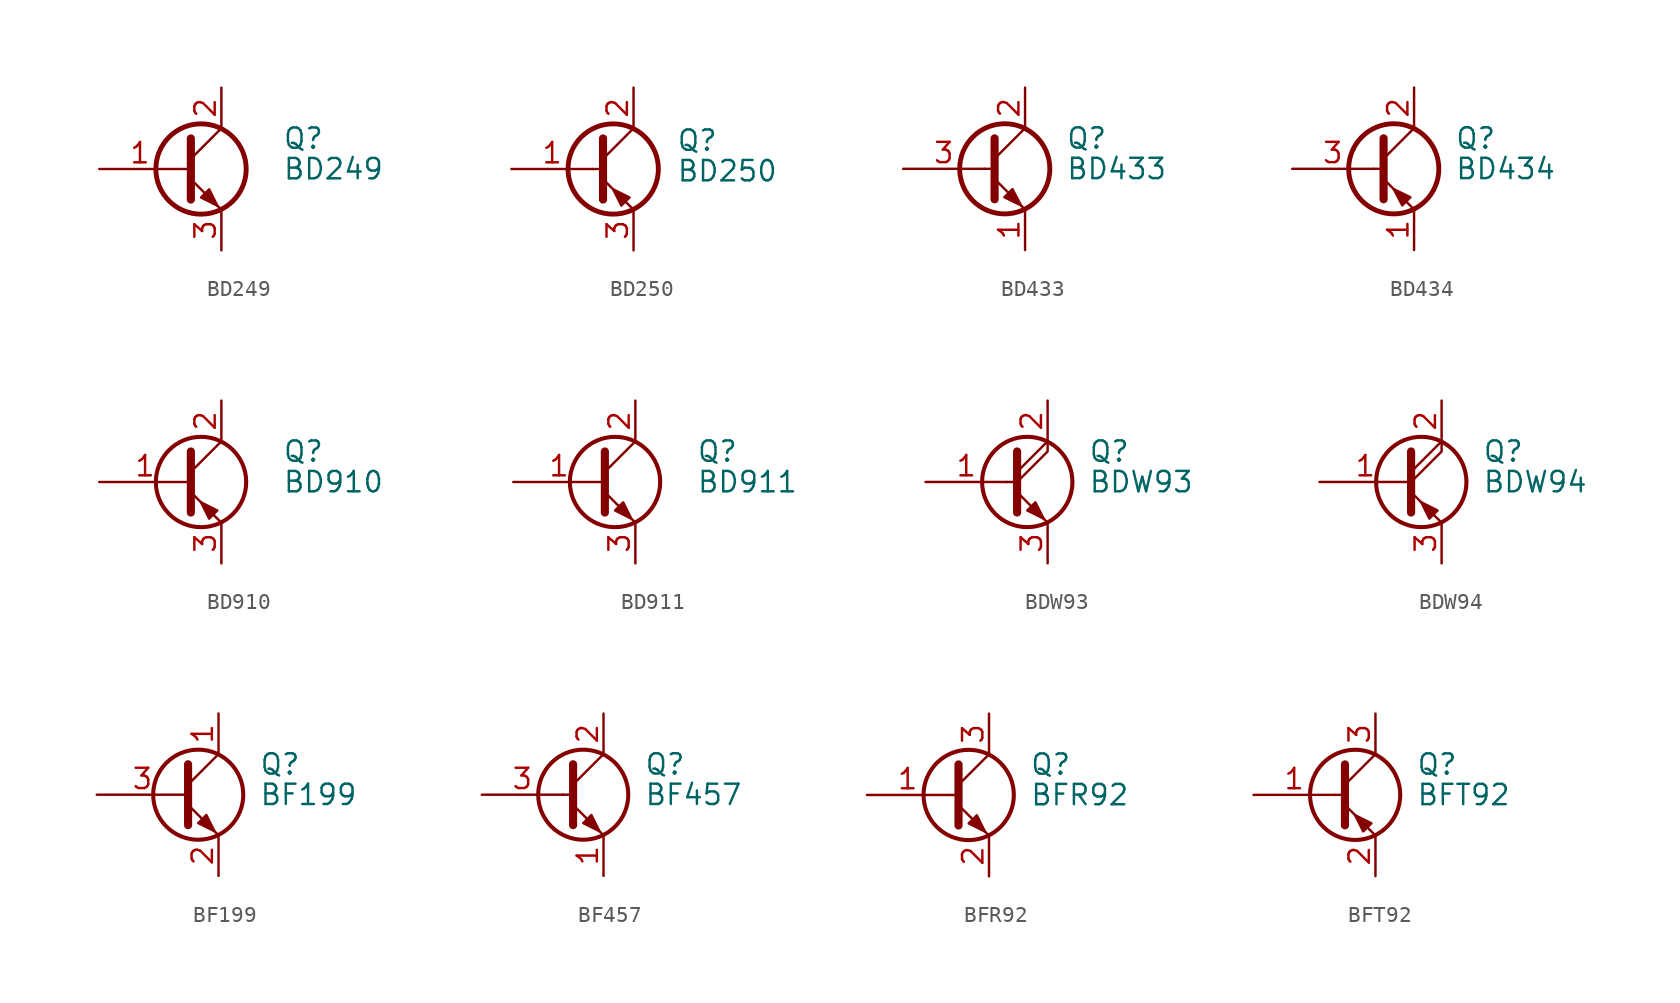
<source format=kicad_sym>
(kicad_symbol_lib
  (version 20220914)
  (generator kicad_symbol_editor)
  (symbol "BD249"
    (pin_names
      (offset 0) hide)
    (property "Reference" "Q"
      (at 6.35 1.905 0)
      (effects (font (size 1.27 1.27)) (justify left)))
    (property "Value" "BD249"
      (at 6.35 0 0)
      (effects (font (size 1.27 1.27)) (justify left)))
    (symbol "BD249_0_1"
      (polyline (pts (xy 0 0) (xy 0.635 0)) (stroke (width 0) (type solid)) (fill (type none)))
      (polyline (pts (xy 2.54 2.54) (xy 0.635 0.635)) (stroke (width 0) (type solid)) (fill (type none)))
      (polyline (pts (xy 0.635 1.905) (xy 0.635 -1.905) (xy 0.635 -1.905)) (stroke (width 0.508) (type solid)) (fill (type none)))
      (polyline (pts (xy 2.286 -2.286) (xy 1.778 -1.778) (xy 1.778 -1.778)) (stroke (width 0) (type solid)) (fill (type none)))
      (polyline (pts (xy 2.54 -2.54) (xy 0.635 -0.635) (xy 1.27 -1.27)) (stroke (width 0) (type solid)) (fill (type outline)))
      (polyline (pts (xy 1.27 -1.778) (xy 1.778 -1.27) (xy 2.286 -2.286) (xy 1.27 -1.778) (xy 1.27 -1.778)) (stroke (width 0) (type solid)) (fill (type outline)))
      (circle (center 1.27 0) (radius 2.819) (stroke (width 0.305) (type solid)) (fill (type none))))
    (symbol "BD249_1_1"
      (pin input line (at -5.08 0 0) (length 5.08) (name "B" (effects (font (size 1.27 1.27)))) (number "1" (effects (font (size 1.27 1.27)))))
      (pin passive line (at 2.54 5.08 270) (length 2.54) (name "C" (effects (font (size 1.27 1.27)))) (number "2" (effects (font (size 1.27 1.27)))))
      (pin passive line (at 2.54 -5.08 90) (length 2.54) (name "E" (effects (font (size 1.27 1.27)))) (number "3" (effects (font (size 1.27 1.27)))))))
  (symbol "BD250"
    (pin_names
      (offset 0) hide)
    (property "Reference" "Q"
      (at 5.207 1.778 0)
      (effects (font (size 1.27 1.27)) (justify left)))
    (property "Value" "BD250"
      (at 5.207 -0.127 0)
      (effects (font (size 1.27 1.27)) (justify left)))
    (symbol "BD250_0_1"
      (polyline (pts (xy 0 0) (xy 0.635 0)) (stroke (width 0) (type solid)) (fill (type none)))
      (polyline (pts (xy 2.54 2.54) (xy 0.635 0.635)) (stroke (width 0) (type solid)) (fill (type none)))
      (polyline (pts (xy 0.635 -0.635) (xy 2.54 -2.54) (xy 2.54 -2.54)) (stroke (width 0) (type solid)) (fill (type none)))
      (polyline (pts (xy 0.635 1.905) (xy 0.635 -1.905) (xy 0.635 -1.905)) (stroke (width 0.508) (type solid)) (fill (type none)))
      (polyline (pts (xy 1.778 -2.286) (xy 2.286 -1.778) (xy 1.27 -1.27) (xy 1.778 -2.286) (xy 1.778 -2.286)) (stroke (width 0) (type solid)) (fill (type outline)))
      (circle (center 1.27 0) (radius 2.819) (stroke (width 0.305) (type solid)) (fill (type none))))
    (symbol "BD250_1_1"
      (pin input line (at -5.08 0 0) (length 5.08) (name "B" (effects (font (size 1.27 1.27)))) (number "1" (effects (font (size 1.27 1.27)))))
      (pin passive line (at 2.54 5.08 270) (length 2.54) (name "C" (effects (font (size 1.27 1.27)))) (number "2" (effects (font (size 1.27 1.27)))))
      (pin passive line (at 2.54 -5.08 90) (length 2.54) (name "E" (effects (font (size 1.27 1.27)))) (number "3" (effects (font (size 1.27 1.27)))))))
  (symbol "BD433"
    (pin_names
      (offset 0) hide)
    (property "Reference" "Q"
      (at 5.08 1.905 0)
      (effects (font (size 1.27 1.27)) (justify left)))
    (property "Value" "BD433"
      (at 5.08 0 0)
      (effects (font (size 1.27 1.27)) (justify left)))
    (symbol "BD433_0_1"
      (polyline (pts (xy 0 0) (xy 0.635 0)) (stroke (width 0) (type solid)) (fill (type none)))
      (polyline (pts (xy 2.54 -2.54) (xy 0.635 -0.635)) (stroke (width 0) (type solid)) (fill (type none)))
      (polyline (pts (xy 2.54 2.54) (xy 0.635 0.635)) (stroke (width 0) (type solid)) (fill (type none)))
      (polyline (pts (xy 0.635 1.905) (xy 0.635 -1.905) (xy 0.635 -1.905)) (stroke (width 0.508) (type solid)) (fill (type outline)))
      (polyline (pts (xy 1.245 -1.778) (xy 1.753 -1.27) (xy 2.286 -2.286) (xy 1.245 -1.778) (xy 1.245 -1.778)) (stroke (width 0) (type solid)) (fill (type outline)))
      (circle (center 1.27 0) (radius 2.819) (stroke (width 0.305) (type solid)) (fill (type none))))
    (symbol "BD433_1_1"
      (pin passive line (at 2.54 -5.08 90) (length 2.54) (name "E" (effects (font (size 1.27 1.27)))) (number "1" (effects (font (size 1.27 1.27)))))
      (pin passive line (at 2.54 5.08 270) (length 2.54) (name "C" (effects (font (size 1.27 1.27)))) (number "2" (effects (font (size 1.27 1.27)))))
      (pin input line (at -5.08 0 0) (length 5.08) (name "B" (effects (font (size 1.27 1.27)))) (number "3" (effects (font (size 1.27 1.27)))))))
  (symbol "BD434"
    (pin_names
      (offset 0) hide)
    (property "Reference" "Q"
      (at 5.08 1.905 0)
      (effects (font (size 1.27 1.27)) (justify left)))
    (property "Value" "BD434"
      (at 5.08 0 0)
      (effects (font (size 1.27 1.27)) (justify left)))
    (symbol "BD434_0_1"
      (polyline (pts (xy 0 0) (xy 0.635 0)) (stroke (width 0) (type solid)) (fill (type none)))
      (polyline (pts (xy 2.54 -2.54) (xy 0.635 -0.635)) (stroke (width 0) (type solid)) (fill (type none)))
      (polyline (pts (xy 2.54 2.54) (xy 0.635 0.635)) (stroke (width 0) (type solid)) (fill (type none)))
      (polyline (pts (xy 0.635 1.905) (xy 0.635 -1.905) (xy 0.635 -1.905)) (stroke (width 0.508) (type solid)) (fill (type outline)))
      (polyline (pts (xy 2.311 -1.778) (xy 1.803 -2.286) (xy 1.27 -1.27) (xy 2.311 -1.778) (xy 2.311 -1.778)) (stroke (width 0) (type solid)) (fill (type outline)))
      (circle (center 1.27 0) (radius 2.819) (stroke (width 0.305) (type solid)) (fill (type none))))
    (symbol "BD434_1_1"
      (pin passive line (at 2.54 -5.08 90) (length 2.54) (name "E" (effects (font (size 1.27 1.27)))) (number "1" (effects (font (size 1.27 1.27)))))
      (pin passive line (at 2.54 5.08 270) (length 2.54) (name "C" (effects (font (size 1.27 1.27)))) (number "2" (effects (font (size 1.27 1.27)))))
      (pin input line (at -5.08 0 0) (length 5.08) (name "B" (effects (font (size 1.27 1.27)))) (number "3" (effects (font (size 1.27 1.27)))))))
  (symbol "BD910"
    (pin_names
      (offset 0) hide)
    (property "Reference" "Q"
      (at 6.35 1.905 0)
      (effects (font (size 1.27 1.27)) (justify left)))
    (property "Value" "BD910"
      (at 6.35 0 0)
      (effects (font (size 1.27 1.27)) (justify left)))
    (symbol "BD910_0_1"
      (polyline (pts (xy 0.635 0.635) (xy 2.54 2.54)) (stroke (width 0) (type solid)) (fill (type none)))
      (polyline (pts (xy 0.635 -0.635) (xy 2.54 -2.54) (xy 2.54 -2.54)) (stroke (width 0) (type solid)) (fill (type none)))
      (polyline (pts (xy 0.635 1.905) (xy 0.635 -1.905) (xy 0.635 -1.905)) (stroke (width 0.508) (type solid)) (fill (type none)))
      (polyline (pts (xy 2.286 -1.778) (xy 1.778 -2.286) (xy 1.27 -1.27) (xy 2.286 -1.778) (xy 2.286 -1.778)) (stroke (width 0) (type solid)) (fill (type outline)))
      (circle (center 1.27 0) (radius 2.819) (stroke (width 0.254) (type solid)) (fill (type none))))
    (symbol "BD910_1_1"
      (pin input line (at -5.08 0 0) (length 5.715) (name "B" (effects (font (size 1.27 1.27)))) (number "1" (effects (font (size 1.27 1.27)))))
      (pin passive line (at 2.54 5.08 270) (length 2.54) (name "C" (effects (font (size 1.27 1.27)))) (number "2" (effects (font (size 1.27 1.27)))))
      (pin passive line (at 2.54 -5.08 90) (length 2.54) (name "E" (effects (font (size 1.27 1.27)))) (number "3" (effects (font (size 1.27 1.27)))))))
  (symbol "BD911"
    (pin_names
      (offset 0) hide)
    (property "Reference" "Q"
      (at 6.35 1.905 0)
      (effects (font (size 1.27 1.27)) (justify left)))
    (property "Value" "BD911"
      (at 6.35 0 0)
      (effects (font (size 1.27 1.27)) (justify left)))
    (symbol "BD911_0_1"
      (polyline (pts (xy 0.635 0.635) (xy 2.54 2.54)) (stroke (width 0) (type solid)) (fill (type none)))
      (polyline (pts (xy 0.635 -0.635) (xy 2.54 -2.54) (xy 2.54 -2.54)) (stroke (width 0) (type solid)) (fill (type none)))
      (polyline (pts (xy 0.635 1.905) (xy 0.635 -1.905) (xy 0.635 -1.905)) (stroke (width 0.508) (type solid)) (fill (type none)))
      (polyline (pts (xy 1.27 -1.778) (xy 1.778 -1.27) (xy 2.286 -2.286) (xy 1.27 -1.778) (xy 1.27 -1.778)) (stroke (width 0) (type solid)) (fill (type outline)))
      (circle (center 1.27 0) (radius 2.819) (stroke (width 0.254) (type solid)) (fill (type none))))
    (symbol "BD911_1_1"
      (pin input line (at -5.08 0 0) (length 5.715) (name "B" (effects (font (size 1.27 1.27)))) (number "1" (effects (font (size 1.27 1.27)))))
      (pin passive line (at 2.54 5.08 270) (length 2.54) (name "C" (effects (font (size 1.27 1.27)))) (number "2" (effects (font (size 1.27 1.27)))))
      (pin passive line (at 2.54 -5.08 90) (length 2.54) (name "E" (effects (font (size 1.27 1.27)))) (number "3" (effects (font (size 1.27 1.27)))))))
  (symbol "BDW93"
    (pin_names
      (offset 0) hide)
    (property "Reference" "Q"
      (at 5.08 1.905 0)
      (effects (font (size 1.27 1.27)) (justify left)))
    (property "Value" "BDW93"
      (at 5.08 0 0)
      (effects (font (size 1.27 1.27)) (justify left)))
    (symbol "BDW93_0_1"
      (polyline (pts (xy 0.635 0.635) (xy 2.54 2.54)) (stroke (width 0) (type solid)) (fill (type none)))
      (polyline (pts (xy 0.635 -0.635) (xy 2.54 -2.54) (xy 2.54 -2.54)) (stroke (width 0) (type solid)) (fill (type none)))
      (polyline (pts (xy 0.635 0) (xy 2.54 1.905) (xy 2.54 2.54)) (stroke (width 0) (type solid)) (fill (type none)))
      (polyline (pts (xy 0.635 1.905) (xy 0.635 -1.905) (xy 0.635 -1.905)) (stroke (width 0.508) (type solid)) (fill (type none)))
      (polyline (pts (xy 1.27 -1.778) (xy 1.778 -1.27) (xy 2.286 -2.286) (xy 1.27 -1.778) (xy 1.27 -1.778)) (stroke (width 0) (type solid)) (fill (type outline)))
      (circle (center 1.27 0) (radius 2.819) (stroke (width 0.254) (type solid)) (fill (type none))))
    (symbol "BDW93_1_1"
      (polyline (pts (xy 0 0) (xy 0.508 0)) (stroke (width 0) (type solid)) (fill (type none)))
      (pin input line (at -5.08 0 0) (length 5.08) (name "B" (effects (font (size 1.27 1.27)))) (number "1" (effects (font (size 1.27 1.27)))))
      (pin passive line (at 2.54 5.08 270) (length 2.54) (name "C" (effects (font (size 1.27 1.27)))) (number "2" (effects (font (size 1.27 1.27)))))
      (pin passive line (at 2.54 -5.08 90) (length 2.54) (name "E" (effects (font (size 1.27 1.27)))) (number "3" (effects (font (size 1.27 1.27)))))))
  (symbol "BDW94"
    (pin_names
      (offset 0) hide)
    (property "Reference" "Q"
      (at 5.08 1.905 0)
      (effects (font (size 1.27 1.27)) (justify left)))
    (property "Value" "BDW94"
      (at 5.08 0 0)
      (effects (font (size 1.27 1.27)) (justify left)))
    (symbol "BDW94_0_1"
      (polyline (pts (xy 0.635 0.635) (xy 2.54 2.54)) (stroke (width 0) (type solid)) (fill (type none)))
      (polyline (pts (xy 0.635 -0.635) (xy 2.54 -2.54) (xy 2.54 -2.54)) (stroke (width 0) (type solid)) (fill (type none)))
      (polyline (pts (xy 0.635 0) (xy 2.54 1.905) (xy 2.54 2.54)) (stroke (width 0) (type solid)) (fill (type none)))
      (polyline (pts (xy 0.635 1.905) (xy 0.635 -1.905) (xy 0.635 -1.905)) (stroke (width 0.508) (type solid)) (fill (type none)))
      (polyline (pts (xy 2.286 -1.778) (xy 1.778 -2.286) (xy 1.27 -1.27) (xy 2.286 -1.778) (xy 2.286 -1.778)) (stroke (width 0) (type solid)) (fill (type outline)))
      (circle (center 1.27 0) (radius 2.819) (stroke (width 0.254) (type solid)) (fill (type none))))
    (symbol "BDW94_1_1"
      (pin input line (at -5.08 0 0) (length 5.715) (name "B" (effects (font (size 1.27 1.27)))) (number "1" (effects (font (size 1.27 1.27)))))
      (pin passive line (at 2.54 5.08 270) (length 2.54) (name "C" (effects (font (size 1.27 1.27)))) (number "2" (effects (font (size 1.27 1.27)))))
      (pin passive line (at 2.54 -5.08 90) (length 2.54) (name "E" (effects (font (size 1.27 1.27)))) (number "3" (effects (font (size 1.27 1.27)))))))
  (symbol "BF199"
    (pin_names
      (offset 0) hide)
    (property "Reference" "Q"
      (at 5.08 1.905 0)
      (effects (font (size 1.27 1.27)) (justify left)))
    (property "Value" "BF199"
      (at 5.08 0 0)
      (effects (font (size 1.27 1.27)) (justify left)))
    (symbol "BF199_0_1"
      (polyline (pts (xy 0.635 0.635) (xy 2.54 2.54)) (stroke (width 0) (type solid)) (fill (type none)))
      (polyline (pts (xy 0.635 -0.635) (xy 2.54 -2.54) (xy 2.54 -2.54)) (stroke (width 0) (type solid)) (fill (type none)))
      (polyline (pts (xy 0.635 1.905) (xy 0.635 -1.905) (xy 0.635 -1.905)) (stroke (width 0.508) (type solid)) (fill (type none)))
      (polyline (pts (xy 1.27 -1.778) (xy 1.778 -1.27) (xy 2.286 -2.286) (xy 1.27 -1.778) (xy 1.27 -1.778)) (stroke (width 0) (type solid)) (fill (type outline)))
      (circle (center 1.27 0) (radius 2.819) (stroke (width 0.254) (type solid)) (fill (type none))))
    (symbol "BF199_1_1"
      (pin passive line (at 2.54 5.08 270) (length 2.54) (name "C" (effects (font (size 1.27 1.27)))) (number "1" (effects (font (size 1.27 1.27)))))
      (pin passive line (at 2.54 -5.08 90) (length 2.54) (name "E" (effects (font (size 1.27 1.27)))) (number "2" (effects (font (size 1.27 1.27)))))
      (pin input line (at -5.08 0 0) (length 5.715) (name "B" (effects (font (size 1.27 1.27)))) (number "3" (effects (font (size 1.27 1.27)))))))
  (symbol "BF457"
    (pin_names
      (offset 0) hide)
    (property "Reference" "Q"
      (at 5.08 1.905 0)
      (effects (font (size 1.27 1.27)) (justify left)))
    (property "Value" "BF457"
      (at 5.08 0 0)
      (effects (font (size 1.27 1.27)) (justify left)))
    (symbol "BF457_0_1"
      (polyline (pts (xy 0 0) (xy 0.635 0)) (stroke (width 0) (type solid)) (fill (type none)))
      (polyline (pts (xy 0.635 0.635) (xy 2.54 2.54)) (stroke (width 0) (type solid)) (fill (type none)))
      (polyline (pts (xy 0.635 -0.635) (xy 2.54 -2.54) (xy 2.54 -2.54)) (stroke (width 0) (type solid)) (fill (type none)))
      (polyline (pts (xy 0.635 1.905) (xy 0.635 -1.905) (xy 0.635 -1.905)) (stroke (width 0.508) (type solid)) (fill (type none)))
      (polyline (pts (xy 1.27 -1.778) (xy 1.778 -1.27) (xy 2.286 -2.286) (xy 1.27 -1.778) (xy 1.27 -1.778)) (stroke (width 0) (type solid)) (fill (type outline)))
      (circle (center 1.27 0) (radius 2.819) (stroke (width 0.254) (type solid)) (fill (type none))))
    (symbol "BF457_1_1"
      (pin passive line (at 2.54 -5.08 90) (length 2.54) (name "E" (effects (font (size 1.27 1.27)))) (number "1" (effects (font (size 1.27 1.27)))))
      (pin passive line (at 2.54 5.08 270) (length 2.54) (name "C" (effects (font (size 1.27 1.27)))) (number "2" (effects (font (size 1.27 1.27)))))
      (pin input line (at -5.08 0 0) (length 5.08) (name "B" (effects (font (size 1.27 1.27)))) (number "3" (effects (font (size 1.27 1.27)))))))
  (symbol "BFR92"
    (pin_names
      (offset 0) hide)
    (property "Reference" "Q"
      (at 5.08 1.905 0)
      (effects (font (size 1.27 1.27)) (justify left)))
    (property "Value" "BFR92"
      (at 5.08 0 0)
      (effects (font (size 1.27 1.27)) (justify left)))
    (symbol "BFR92_0_1"
      (polyline (pts (xy 0 0) (xy 0.635 0)) (stroke (width 0) (type solid)) (fill (type none)))
      (polyline (pts (xy 0.635 0.635) (xy 2.54 2.54)) (stroke (width 0) (type solid)) (fill (type none)))
      (polyline (pts (xy 2.54 -2.54) (xy 0.635 -0.635)) (stroke (width 0) (type solid)) (fill (type none)))
      (polyline (pts (xy 0.635 1.905) (xy 0.635 0) (xy 0.635 -1.905) (xy 0.635 -1.905)) (stroke (width 0.508) (type solid)) (fill (type none)))
      (polyline (pts (xy 2.286 -2.286) (xy 1.778 -1.27) (xy 1.27 -1.778) (xy 2.286 -2.286) (xy 2.286 -2.286)) (stroke (width 0) (type solid)) (fill (type outline)))
      (circle (center 1.27 0) (radius 2.819) (stroke (width 0.254) (type solid)) (fill (type none))))
    (symbol "BFR92_1_1"
      (pin input line (at -5.08 0 0) (length 5.08) (name "B" (effects (font (size 1.27 1.27)))) (number "1" (effects (font (size 1.27 1.27)))))
      (pin passive line (at 2.54 -5.08 90) (length 2.54) (name "E" (effects (font (size 1.27 1.27)))) (number "2" (effects (font (size 1.27 1.27)))))
      (pin passive line (at 2.54 5.08 270) (length 2.54) (name "C" (effects (font (size 1.27 1.27)))) (number "3" (effects (font (size 1.27 1.27)))))))
  (symbol "BFT92"
    (pin_names
      (offset 0) hide)
    (property "Reference" "Q"
      (at 5.08 1.905 0)
      (effects (font (size 1.27 1.27)) (justify left)))
    (property "Value" "BFT92"
      (at 5.08 0 0)
      (effects (font (size 1.27 1.27)) (justify left)))
    (symbol "BFT92_0_1"
      (polyline (pts (xy 0 0) (xy 0.635 0)) (stroke (width 0) (type solid)) (fill (type none)))
      (polyline (pts (xy 0.635 0.635) (xy 2.54 2.54)) (stroke (width 0) (type solid)) (fill (type none)))
      (polyline (pts (xy 2.54 -2.54) (xy 0.635 -0.635)) (stroke (width 0) (type solid)) (fill (type none)))
      (polyline (pts (xy 0.635 1.905) (xy 0.635 0) (xy 0.635 -1.905) (xy 0.635 -1.905)) (stroke (width 0.508) (type solid)) (fill (type none)))
      (polyline (pts (xy 1.27 -1.27) (xy 1.778 -2.286) (xy 2.286 -1.778) (xy 1.27 -1.27) (xy 1.27 -1.27)) (stroke (width 0) (type solid)) (fill (type outline)))
      (circle (center 1.27 0) (radius 2.819) (stroke (width 0.254) (type solid)) (fill (type none))))
    (symbol "BFT92_1_1"
      (pin input line (at -5.08 0 0) (length 5.08) (name "B" (effects (font (size 1.27 1.27)))) (number "1" (effects (font (size 1.27 1.27)))))
      (pin passive line (at 2.54 -5.08 90) (length 2.54) (name "E" (effects (font (size 1.27 1.27)))) (number "2" (effects (font (size 1.27 1.27)))))
      (pin passive line (at 2.54 5.08 270) (length 2.54) (name "C" (effects (font (size 1.27 1.27)))) (number "3" (effects (font (size 1.27 1.27))))))))
</source>
